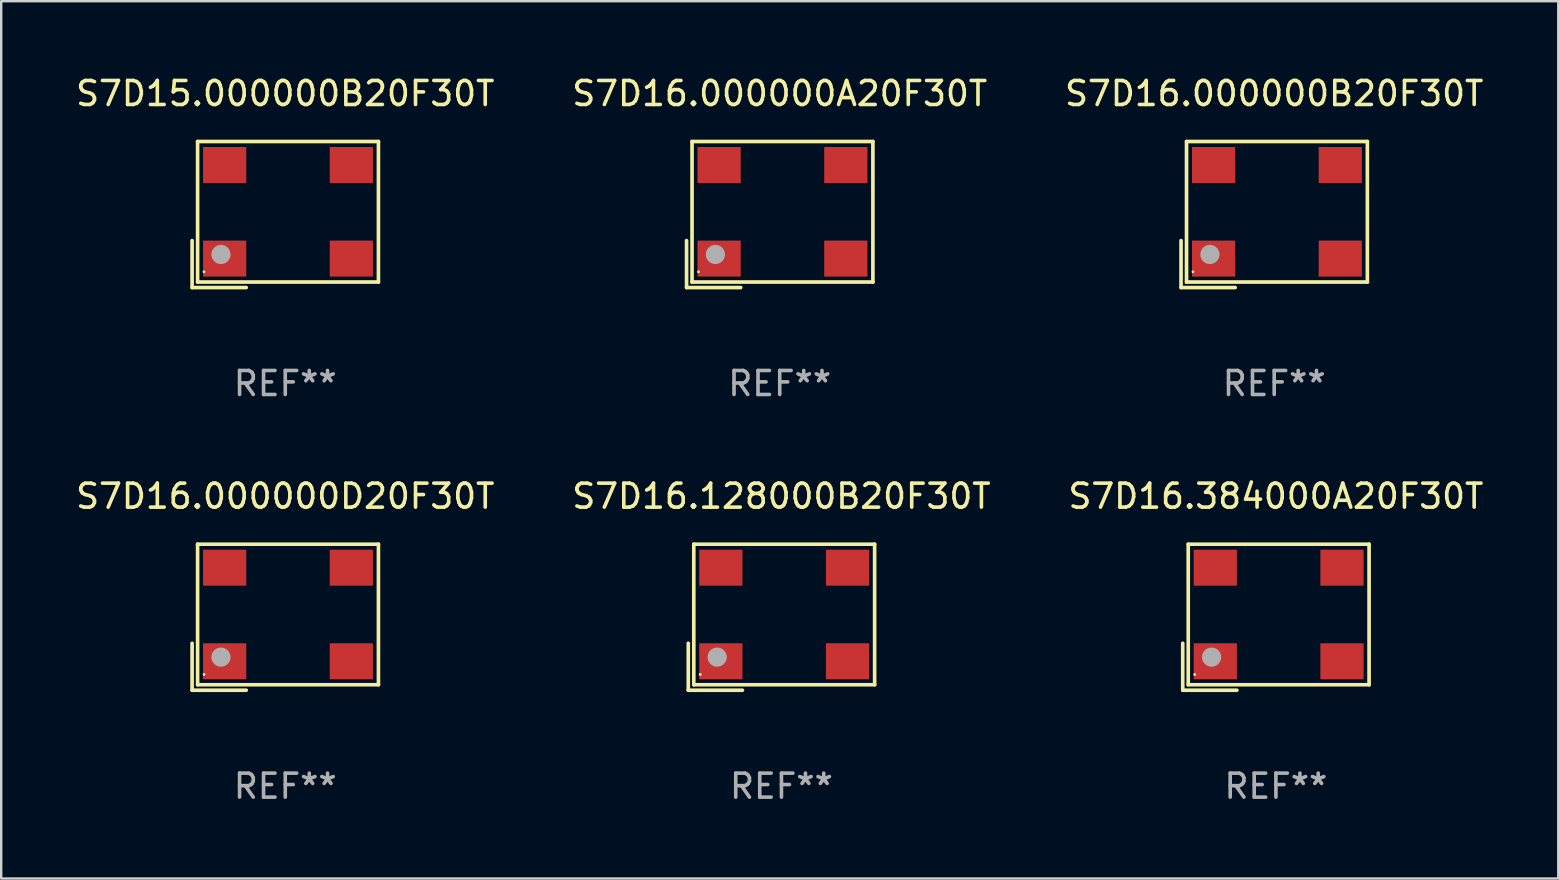
<source format=kicad_pcb>
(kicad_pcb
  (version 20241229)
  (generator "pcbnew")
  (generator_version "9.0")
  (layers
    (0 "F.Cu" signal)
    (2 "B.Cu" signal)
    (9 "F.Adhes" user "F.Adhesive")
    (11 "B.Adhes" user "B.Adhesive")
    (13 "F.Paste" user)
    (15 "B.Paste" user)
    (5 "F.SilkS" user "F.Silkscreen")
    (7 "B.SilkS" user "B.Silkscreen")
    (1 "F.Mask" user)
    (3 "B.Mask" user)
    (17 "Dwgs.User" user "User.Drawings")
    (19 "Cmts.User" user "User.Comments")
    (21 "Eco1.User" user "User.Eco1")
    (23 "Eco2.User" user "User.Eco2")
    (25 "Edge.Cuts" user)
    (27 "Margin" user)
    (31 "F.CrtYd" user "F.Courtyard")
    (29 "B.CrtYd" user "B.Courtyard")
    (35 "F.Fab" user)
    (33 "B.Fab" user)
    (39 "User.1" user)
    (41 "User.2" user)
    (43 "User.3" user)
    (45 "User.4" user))
  (footprint "S7D16.384000A20F30T"
    (layer "F.Cu")
    (at 50.125 22.673)
    (property "Reference" "S7D16.384000A20F30T" (at 0 -5.043 0) (layer "F.SilkS") (effects (font (size 1 1) (thickness 0.15))))
    (attr through_hole)
    (fp_line (start -3.883 1.086) (end -3.883 3.043) (stroke (width 0.152) (type solid)) (layer "F.SilkS"))
    (fp_line (start -3.883 3.043) (end -1.626 3.043) (stroke (width 0.152) (type solid)) (layer "F.SilkS"))
    (fp_line (start -3.654 -3.043) (end 3.883 -3.043) (stroke (width 0.152) (type solid)) (layer "F.SilkS"))
    (fp_line (start -3.654 2.814) (end -3.654 -3.043) (stroke (width 0.152) (type solid)) (layer "F.SilkS"))
    (fp_line (start 3.883 -3.043) (end 3.883 2.814) (stroke (width 0.152) (type solid)) (layer "F.SilkS"))
    (fp_line (start 3.883 2.814) (end -3.654 2.814) (stroke (width 0.152) (type solid)) (layer "F.SilkS"))
    (fp_circle (center -3.386 2.386) (end -3.356 2.386) (stroke (width 0.06) (type solid)) (fill no) (layer "F.SilkS"))
    (fp_circle (center -2.68 1.664) (end -2.48 1.664) (stroke (width 0.4) (type solid)) (fill no) (layer "F.Fab"))
    (fp_text user "REF**" (at 0 7.043 0) (layer "F.Fab") (effects (font (size 1 1) (thickness 0.15))))
    (pad "1" smd rect (at -2.526 1.836) (size 1.8 1.5) (layers "F.Cu" "F.Mask" "F.Paste"))
    (pad "2" smd rect (at 2.754 1.836) (size 1.8 1.5) (layers "F.Cu" "F.Mask" "F.Paste"))
    (pad "3" smd rect (at 2.754 -2.064) (size 1.8 1.5) (layers "F.Cu" "F.Mask" "F.Paste"))
    (pad "4" smd rect (at -2.526 -2.064) (size 1.8 1.5) (layers "F.Cu" "F.Mask" "F.Paste")))
  (footprint "S7D15.000000B20F30T"
    (layer "F.Cu")
    (at 8.839 5.891)
    (property "Reference" "S7D15.000000B20F30T" (at 0 -5.043 0) (layer "F.SilkS") (effects (font (size 1 1) (thickness 0.15))))
    (attr through_hole)
    (fp_line (start -3.883 1.086) (end -3.883 3.043) (stroke (width 0.152) (type solid)) (layer "F.SilkS"))
    (fp_line (start -3.883 3.043) (end -1.626 3.043) (stroke (width 0.152) (type solid)) (layer "F.SilkS"))
    (fp_line (start -3.654 -3.043) (end 3.883 -3.043) (stroke (width 0.152) (type solid)) (layer "F.SilkS"))
    (fp_line (start -3.654 2.814) (end -3.654 -3.043) (stroke (width 0.152) (type solid)) (layer "F.SilkS"))
    (fp_line (start 3.883 -3.043) (end 3.883 2.814) (stroke (width 0.152) (type solid)) (layer "F.SilkS"))
    (fp_line (start 3.883 2.814) (end -3.654 2.814) (stroke (width 0.152) (type solid)) (layer "F.SilkS"))
    (fp_circle (center -3.386 2.386) (end -3.356 2.386) (stroke (width 0.06) (type solid)) (fill no) (layer "F.SilkS"))
    (fp_circle (center -2.68 1.664) (end -2.48 1.664) (stroke (width 0.4) (type solid)) (fill no) (layer "F.Fab"))
    (fp_text user "REF**" (at 0 7.043 0) (layer "F.Fab") (effects (font (size 1 1) (thickness 0.15))))
    (pad "1" smd rect (at -2.526 1.836) (size 1.8 1.5) (layers "F.Cu" "F.Mask" "F.Paste"))
    (pad "2" smd rect (at 2.754 1.836) (size 1.8 1.5) (layers "F.Cu" "F.Mask" "F.Paste"))
    (pad "3" smd rect (at 2.754 -2.064) (size 1.8 1.5) (layers "F.Cu" "F.Mask" "F.Paste"))
    (pad "4" smd rect (at -2.526 -2.064) (size 1.8 1.5) (layers "F.Cu" "F.Mask" "F.Paste")))
  (footprint "S7D16.128000B20F30T"
    (layer "F.Cu")
    (at 29.518 22.673)
    (property "Reference" "S7D16.128000B20F30T" (at 0 -5.043 0) (layer "F.SilkS") (effects (font (size 1 1) (thickness 0.15))))
    (attr through_hole)
    (fp_line (start -3.883 1.086) (end -3.883 3.043) (stroke (width 0.152) (type solid)) (layer "F.SilkS"))
    (fp_line (start -3.883 3.043) (end -1.626 3.043) (stroke (width 0.152) (type solid)) (layer "F.SilkS"))
    (fp_line (start -3.654 -3.043) (end 3.883 -3.043) (stroke (width 0.152) (type solid)) (layer "F.SilkS"))
    (fp_line (start -3.654 2.814) (end -3.654 -3.043) (stroke (width 0.152) (type solid)) (layer "F.SilkS"))
    (fp_line (start 3.883 -3.043) (end 3.883 2.814) (stroke (width 0.152) (type solid)) (layer "F.SilkS"))
    (fp_line (start 3.883 2.814) (end -3.654 2.814) (stroke (width 0.152) (type solid)) (layer "F.SilkS"))
    (fp_circle (center -3.386 2.386) (end -3.356 2.386) (stroke (width 0.06) (type solid)) (fill no) (layer "F.SilkS"))
    (fp_circle (center -2.68 1.664) (end -2.48 1.664) (stroke (width 0.4) (type solid)) (fill no) (layer "F.Fab"))
    (fp_text user "REF**" (at 0 7.043 0) (layer "F.Fab") (effects (font (size 1 1) (thickness 0.15))))
    (pad "1" smd rect (at -2.526 1.836) (size 1.8 1.5) (layers "F.Cu" "F.Mask" "F.Paste"))
    (pad "2" smd rect (at 2.754 1.836) (size 1.8 1.5) (layers "F.Cu" "F.Mask" "F.Paste"))
    (pad "3" smd rect (at 2.754 -2.064) (size 1.8 1.5) (layers "F.Cu" "F.Mask" "F.Paste"))
    (pad "4" smd rect (at -2.526 -2.064) (size 1.8 1.5) (layers "F.Cu" "F.Mask" "F.Paste")))
  (footprint "S7D16.000000D20F30T"
    (layer "F.Cu")
    (at 8.839 22.673)
    (property "Reference" "S7D16.000000D20F30T" (at 0 -5.043 0) (layer "F.SilkS") (effects (font (size 1 1) (thickness 0.15))))
    (attr through_hole)
    (fp_line (start -3.883 1.086) (end -3.883 3.043) (stroke (width 0.152) (type solid)) (layer "F.SilkS"))
    (fp_line (start -3.883 3.043) (end -1.626 3.043) (stroke (width 0.152) (type solid)) (layer "F.SilkS"))
    (fp_line (start -3.654 -3.043) (end 3.883 -3.043) (stroke (width 0.152) (type solid)) (layer "F.SilkS"))
    (fp_line (start -3.654 2.814) (end -3.654 -3.043) (stroke (width 0.152) (type solid)) (layer "F.SilkS"))
    (fp_line (start 3.883 -3.043) (end 3.883 2.814) (stroke (width 0.152) (type solid)) (layer "F.SilkS"))
    (fp_line (start 3.883 2.814) (end -3.654 2.814) (stroke (width 0.152) (type solid)) (layer "F.SilkS"))
    (fp_circle (center -3.386 2.386) (end -3.356 2.386) (stroke (width 0.06) (type solid)) (fill no) (layer "F.SilkS"))
    (fp_circle (center -2.68 1.664) (end -2.48 1.664) (stroke (width 0.4) (type solid)) (fill no) (layer "F.Fab"))
    (fp_text user "REF**" (at 0 7.043 0) (layer "F.Fab") (effects (font (size 1 1) (thickness 0.15))))
    (pad "1" smd rect (at -2.526 1.836) (size 1.8 1.5) (layers "F.Cu" "F.Mask" "F.Paste"))
    (pad "2" smd rect (at 2.754 1.836) (size 1.8 1.5) (layers "F.Cu" "F.Mask" "F.Paste"))
    (pad "3" smd rect (at 2.754 -2.064) (size 1.8 1.5) (layers "F.Cu" "F.Mask" "F.Paste"))
    (pad "4" smd rect (at -2.526 -2.064) (size 1.8 1.5) (layers "F.Cu" "F.Mask" "F.Paste")))
  (footprint "S7D16.000000A20F30T"
    (layer "F.Cu")
    (at 29.446 5.891)
    (property "Reference" "S7D16.000000A20F30T" (at 0 -5.043 0) (layer "F.SilkS") (effects (font (size 1 1) (thickness 0.15))))
    (attr through_hole)
    (fp_line (start -3.883 1.086) (end -3.883 3.043) (stroke (width 0.152) (type solid)) (layer "F.SilkS"))
    (fp_line (start -3.883 3.043) (end -1.626 3.043) (stroke (width 0.152) (type solid)) (layer "F.SilkS"))
    (fp_line (start -3.654 -3.043) (end 3.883 -3.043) (stroke (width 0.152) (type solid)) (layer "F.SilkS"))
    (fp_line (start -3.654 2.814) (end -3.654 -3.043) (stroke (width 0.152) (type solid)) (layer "F.SilkS"))
    (fp_line (start 3.883 -3.043) (end 3.883 2.814) (stroke (width 0.152) (type solid)) (layer "F.SilkS"))
    (fp_line (start 3.883 2.814) (end -3.654 2.814) (stroke (width 0.152) (type solid)) (layer "F.SilkS"))
    (fp_circle (center -3.386 2.386) (end -3.356 2.386) (stroke (width 0.06) (type solid)) (fill no) (layer "F.SilkS"))
    (fp_circle (center -2.68 1.664) (end -2.48 1.664) (stroke (width 0.4) (type solid)) (fill no) (layer "F.Fab"))
    (fp_text user "REF**" (at 0 7.043 0) (layer "F.Fab") (effects (font (size 1 1) (thickness 0.15))))
    (pad "1" smd rect (at -2.526 1.836) (size 1.8 1.5) (layers "F.Cu" "F.Mask" "F.Paste"))
    (pad "2" smd rect (at 2.754 1.836) (size 1.8 1.5) (layers "F.Cu" "F.Mask" "F.Paste"))
    (pad "3" smd rect (at 2.754 -2.064) (size 1.8 1.5) (layers "F.Cu" "F.Mask" "F.Paste"))
    (pad "4" smd rect (at -2.526 -2.064) (size 1.8 1.5) (layers "F.Cu" "F.Mask" "F.Paste")))
  (footprint "S7D16.000000B20F30T"
    (layer "F.Cu")
    (at 50.054 5.891)
    (property "Reference" "S7D16.000000B20F30T" (at 0 -5.043 0) (layer "F.SilkS") (effects (font (size 1 1) (thickness 0.15))))
    (attr through_hole)
    (fp_line (start -3.883 1.086) (end -3.883 3.043) (stroke (width 0.152) (type solid)) (layer "F.SilkS"))
    (fp_line (start -3.883 3.043) (end -1.626 3.043) (stroke (width 0.152) (type solid)) (layer "F.SilkS"))
    (fp_line (start -3.654 -3.043) (end 3.883 -3.043) (stroke (width 0.152) (type solid)) (layer "F.SilkS"))
    (fp_line (start -3.654 2.814) (end -3.654 -3.043) (stroke (width 0.152) (type solid)) (layer "F.SilkS"))
    (fp_line (start 3.883 -3.043) (end 3.883 2.814) (stroke (width 0.152) (type solid)) (layer "F.SilkS"))
    (fp_line (start 3.883 2.814) (end -3.654 2.814) (stroke (width 0.152) (type solid)) (layer "F.SilkS"))
    (fp_circle (center -3.386 2.386) (end -3.356 2.386) (stroke (width 0.06) (type solid)) (fill no) (layer "F.SilkS"))
    (fp_circle (center -2.68 1.664) (end -2.48 1.664) (stroke (width 0.4) (type solid)) (fill no) (layer "F.Fab"))
    (fp_text user "REF**" (at 0 7.043 0) (layer "F.Fab") (effects (font (size 1 1) (thickness 0.15))))
    (pad "1" smd rect (at -2.526 1.836) (size 1.8 1.5) (layers "F.Cu" "F.Mask" "F.Paste"))
    (pad "2" smd rect (at 2.754 1.836) (size 1.8 1.5) (layers "F.Cu" "F.Mask" "F.Paste"))
    (pad "3" smd rect (at 2.754 -2.064) (size 1.8 1.5) (layers "F.Cu" "F.Mask" "F.Paste"))
    (pad "4" smd rect (at -2.526 -2.064) (size 1.8 1.5) (layers "F.Cu" "F.Mask" "F.Paste")))
  (gr_rect
    (start -3 -3)
    (end 61.893 33.565)
    (stroke (width 0.1) (type default))
    (fill no)
    (layer "Edge.Cuts")))
</source>
